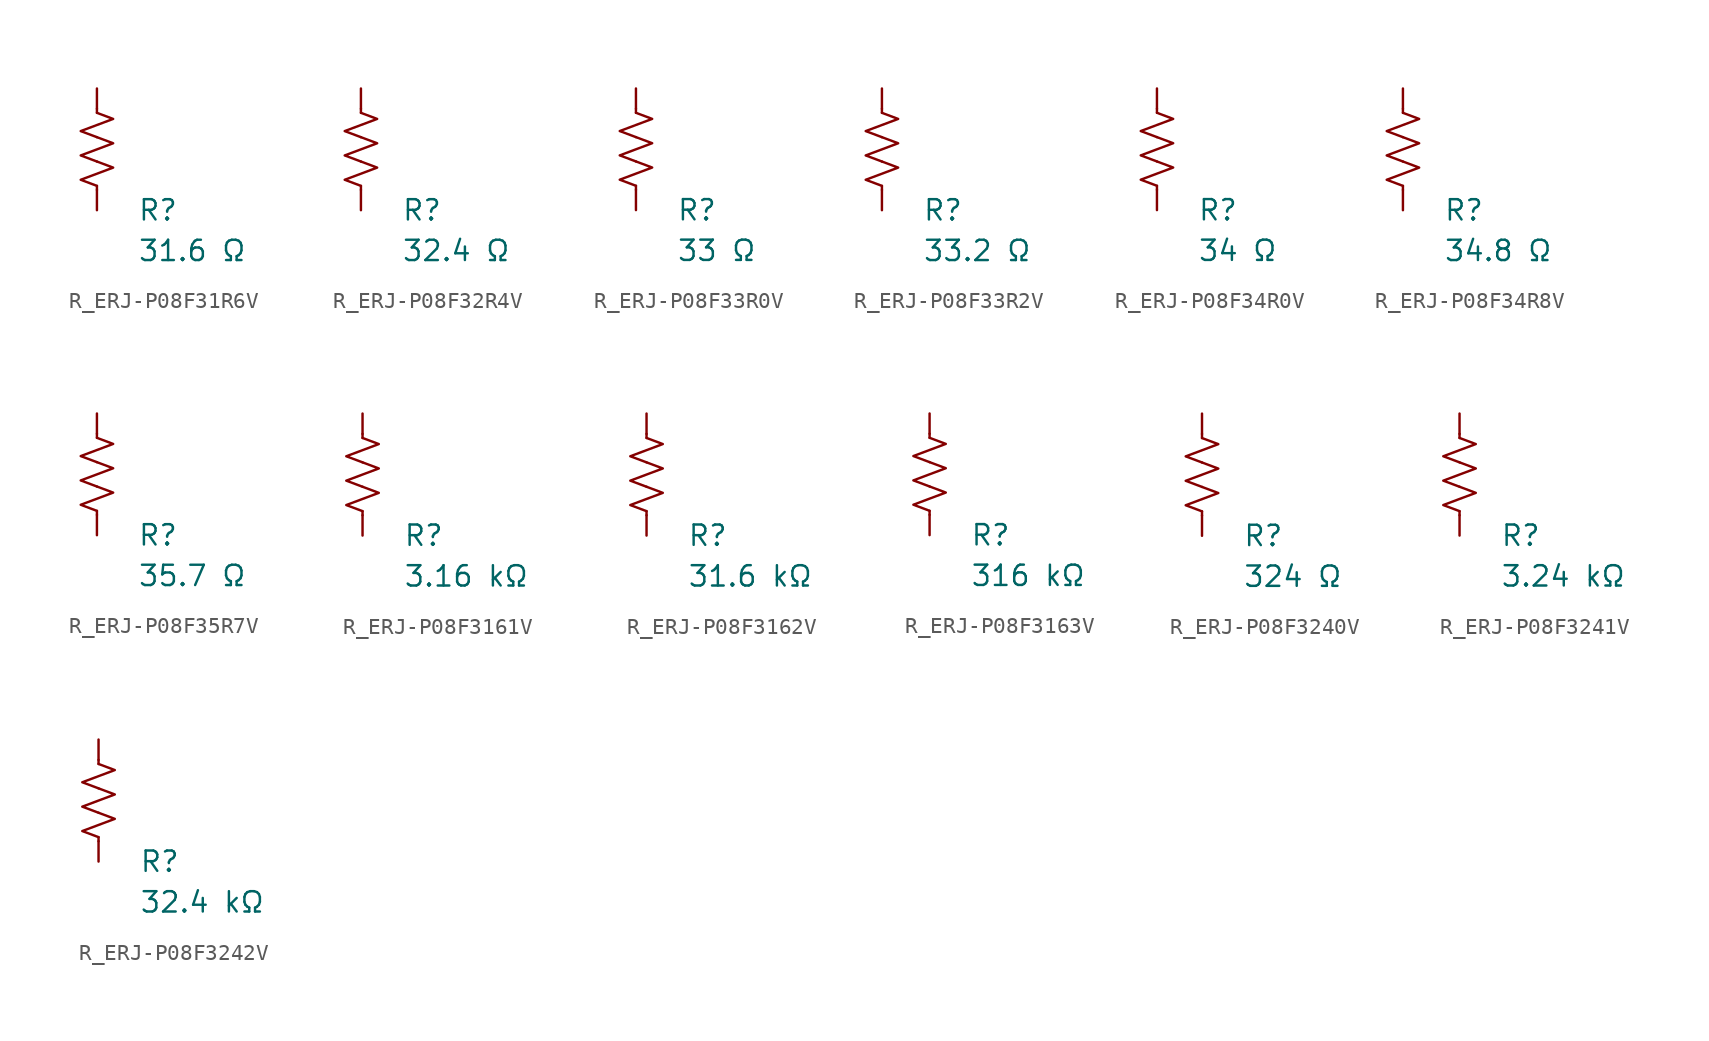
<source format=kicad_sym>
(kicad_symbol_lib
  (version 20231120)
  (generator "kicad_symbol_editor")
  (generator_version "8.0")
  (symbol "R_ERJ-P08F31R6V"
    (pin_numbers hide)
    (pin_names
      (offset 0))
    (property "Reference" "R"
      (at 2.54 -3.81 0)
      (effects (font (size 1.27 1.27)) (justify left))
      (show_name no))
    (property "Value" "31.6 Ω"
      (at 2.54 -6.35 0)
      (effects (font (size 1.27 1.27)) (justify left))
      (show_name no))
    (symbol "R_ERJ-P08F31R6V_0_1"
      (polyline (pts (xy 0 -2.286) (xy 0 -2.54)) (stroke (width 0) (type default)) (fill (type none)))
      (polyline (pts (xy 0 2.286) (xy 0 2.54)) (stroke (width 0) (type default)) (fill (type none)))
      (polyline (pts (xy 0 -0.762) (xy 1.016 -1.143) (xy 0 -1.524) (xy -1.016 -1.905) (xy 0 -2.286)) (stroke (width 0) (type default)) (fill (type none)))
      (polyline (pts (xy 0 0.762) (xy 1.016 0.381) (xy 0 0) (xy -1.016 -0.381) (xy 0 -0.762)) (stroke (width 0) (type default)) (fill (type none)))
      (polyline (pts (xy 0 2.286) (xy 1.016 1.905) (xy 0 1.524) (xy -1.016 1.143) (xy 0 0.762)) (stroke (width 0) (type default)) (fill (type none))))
    (symbol "R_ERJ-P08F31R6V_1_1"
      (pin passive line (at 0 3.81 270) (length 1.27) (name "~" (effects (font (size 1.27 1.27)))) (number "1" (effects (font (size 1.27 1.27)))))
      (pin passive line (at 0 -3.81 90) (length 1.27) (name "~" (effects (font (size 1.27 1.27)))) (number "2" (effects (font (size 1.27 1.27)))))))
  (symbol "R_ERJ-P08F32R4V"
    (pin_numbers hide)
    (pin_names
      (offset 0))
    (property "Reference" "R"
      (at 2.54 -3.81 0)
      (effects (font (size 1.27 1.27)) (justify left))
      (show_name no))
    (property "Value" "32.4 Ω"
      (at 2.54 -6.35 0)
      (effects (font (size 1.27 1.27)) (justify left))
      (show_name no))
    (symbol "R_ERJ-P08F32R4V_0_1"
      (polyline (pts (xy 0 -2.286) (xy 0 -2.54)) (stroke (width 0) (type default)) (fill (type none)))
      (polyline (pts (xy 0 2.286) (xy 0 2.54)) (stroke (width 0) (type default)) (fill (type none)))
      (polyline (pts (xy 0 -0.762) (xy 1.016 -1.143) (xy 0 -1.524) (xy -1.016 -1.905) (xy 0 -2.286)) (stroke (width 0) (type default)) (fill (type none)))
      (polyline (pts (xy 0 0.762) (xy 1.016 0.381) (xy 0 0) (xy -1.016 -0.381) (xy 0 -0.762)) (stroke (width 0) (type default)) (fill (type none)))
      (polyline (pts (xy 0 2.286) (xy 1.016 1.905) (xy 0 1.524) (xy -1.016 1.143) (xy 0 0.762)) (stroke (width 0) (type default)) (fill (type none))))
    (symbol "R_ERJ-P08F32R4V_1_1"
      (pin passive line (at 0 3.81 270) (length 1.27) (name "~" (effects (font (size 1.27 1.27)))) (number "1" (effects (font (size 1.27 1.27)))))
      (pin passive line (at 0 -3.81 90) (length 1.27) (name "~" (effects (font (size 1.27 1.27)))) (number "2" (effects (font (size 1.27 1.27)))))))
  (symbol "R_ERJ-P08F33R0V"
    (pin_numbers hide)
    (pin_names
      (offset 0))
    (property "Reference" "R"
      (at 2.54 -3.81 0)
      (effects (font (size 1.27 1.27)) (justify left))
      (show_name no))
    (property "Value" "33 Ω"
      (at 2.54 -6.35 0)
      (effects (font (size 1.27 1.27)) (justify left))
      (show_name no))
    (symbol "R_ERJ-P08F33R0V_0_1"
      (polyline (pts (xy 0 -2.286) (xy 0 -2.54)) (stroke (width 0) (type default)) (fill (type none)))
      (polyline (pts (xy 0 2.286) (xy 0 2.54)) (stroke (width 0) (type default)) (fill (type none)))
      (polyline (pts (xy 0 -0.762) (xy 1.016 -1.143) (xy 0 -1.524) (xy -1.016 -1.905) (xy 0 -2.286)) (stroke (width 0) (type default)) (fill (type none)))
      (polyline (pts (xy 0 0.762) (xy 1.016 0.381) (xy 0 0) (xy -1.016 -0.381) (xy 0 -0.762)) (stroke (width 0) (type default)) (fill (type none)))
      (polyline (pts (xy 0 2.286) (xy 1.016 1.905) (xy 0 1.524) (xy -1.016 1.143) (xy 0 0.762)) (stroke (width 0) (type default)) (fill (type none))))
    (symbol "R_ERJ-P08F33R0V_1_1"
      (pin passive line (at 0 3.81 270) (length 1.27) (name "~" (effects (font (size 1.27 1.27)))) (number "1" (effects (font (size 1.27 1.27)))))
      (pin passive line (at 0 -3.81 90) (length 1.27) (name "~" (effects (font (size 1.27 1.27)))) (number "2" (effects (font (size 1.27 1.27)))))))
  (symbol "R_ERJ-P08F33R2V"
    (pin_numbers hide)
    (pin_names
      (offset 0))
    (property "Reference" "R"
      (at 2.54 -3.81 0)
      (effects (font (size 1.27 1.27)) (justify left))
      (show_name no))
    (property "Value" "33.2 Ω"
      (at 2.54 -6.35 0)
      (effects (font (size 1.27 1.27)) (justify left))
      (show_name no))
    (symbol "R_ERJ-P08F33R2V_0_1"
      (polyline (pts (xy 0 -2.286) (xy 0 -2.54)) (stroke (width 0) (type default)) (fill (type none)))
      (polyline (pts (xy 0 2.286) (xy 0 2.54)) (stroke (width 0) (type default)) (fill (type none)))
      (polyline (pts (xy 0 -0.762) (xy 1.016 -1.143) (xy 0 -1.524) (xy -1.016 -1.905) (xy 0 -2.286)) (stroke (width 0) (type default)) (fill (type none)))
      (polyline (pts (xy 0 0.762) (xy 1.016 0.381) (xy 0 0) (xy -1.016 -0.381) (xy 0 -0.762)) (stroke (width 0) (type default)) (fill (type none)))
      (polyline (pts (xy 0 2.286) (xy 1.016 1.905) (xy 0 1.524) (xy -1.016 1.143) (xy 0 0.762)) (stroke (width 0) (type default)) (fill (type none))))
    (symbol "R_ERJ-P08F33R2V_1_1"
      (pin passive line (at 0 3.81 270) (length 1.27) (name "~" (effects (font (size 1.27 1.27)))) (number "1" (effects (font (size 1.27 1.27)))))
      (pin passive line (at 0 -3.81 90) (length 1.27) (name "~" (effects (font (size 1.27 1.27)))) (number "2" (effects (font (size 1.27 1.27)))))))
  (symbol "R_ERJ-P08F34R0V"
    (pin_numbers hide)
    (pin_names
      (offset 0))
    (property "Reference" "R"
      (at 2.54 -3.81 0)
      (effects (font (size 1.27 1.27)) (justify left))
      (show_name no))
    (property "Value" "34 Ω"
      (at 2.54 -6.35 0)
      (effects (font (size 1.27 1.27)) (justify left))
      (show_name no))
    (symbol "R_ERJ-P08F34R0V_0_1"
      (polyline (pts (xy 0 -2.286) (xy 0 -2.54)) (stroke (width 0) (type default)) (fill (type none)))
      (polyline (pts (xy 0 2.286) (xy 0 2.54)) (stroke (width 0) (type default)) (fill (type none)))
      (polyline (pts (xy 0 -0.762) (xy 1.016 -1.143) (xy 0 -1.524) (xy -1.016 -1.905) (xy 0 -2.286)) (stroke (width 0) (type default)) (fill (type none)))
      (polyline (pts (xy 0 0.762) (xy 1.016 0.381) (xy 0 0) (xy -1.016 -0.381) (xy 0 -0.762)) (stroke (width 0) (type default)) (fill (type none)))
      (polyline (pts (xy 0 2.286) (xy 1.016 1.905) (xy 0 1.524) (xy -1.016 1.143) (xy 0 0.762)) (stroke (width 0) (type default)) (fill (type none))))
    (symbol "R_ERJ-P08F34R0V_1_1"
      (pin passive line (at 0 3.81 270) (length 1.27) (name "~" (effects (font (size 1.27 1.27)))) (number "1" (effects (font (size 1.27 1.27)))))
      (pin passive line (at 0 -3.81 90) (length 1.27) (name "~" (effects (font (size 1.27 1.27)))) (number "2" (effects (font (size 1.27 1.27)))))))
  (symbol "R_ERJ-P08F34R8V"
    (pin_numbers hide)
    (pin_names
      (offset 0))
    (property "Reference" "R"
      (at 2.54 -3.81 0)
      (effects (font (size 1.27 1.27)) (justify left))
      (show_name no))
    (property "Value" "34.8 Ω"
      (at 2.54 -6.35 0)
      (effects (font (size 1.27 1.27)) (justify left))
      (show_name no))
    (symbol "R_ERJ-P08F34R8V_0_1"
      (polyline (pts (xy 0 -2.286) (xy 0 -2.54)) (stroke (width 0) (type default)) (fill (type none)))
      (polyline (pts (xy 0 2.286) (xy 0 2.54)) (stroke (width 0) (type default)) (fill (type none)))
      (polyline (pts (xy 0 -0.762) (xy 1.016 -1.143) (xy 0 -1.524) (xy -1.016 -1.905) (xy 0 -2.286)) (stroke (width 0) (type default)) (fill (type none)))
      (polyline (pts (xy 0 0.762) (xy 1.016 0.381) (xy 0 0) (xy -1.016 -0.381) (xy 0 -0.762)) (stroke (width 0) (type default)) (fill (type none)))
      (polyline (pts (xy 0 2.286) (xy 1.016 1.905) (xy 0 1.524) (xy -1.016 1.143) (xy 0 0.762)) (stroke (width 0) (type default)) (fill (type none))))
    (symbol "R_ERJ-P08F34R8V_1_1"
      (pin passive line (at 0 3.81 270) (length 1.27) (name "~" (effects (font (size 1.27 1.27)))) (number "1" (effects (font (size 1.27 1.27)))))
      (pin passive line (at 0 -3.81 90) (length 1.27) (name "~" (effects (font (size 1.27 1.27)))) (number "2" (effects (font (size 1.27 1.27)))))))
  (symbol "R_ERJ-P08F35R7V"
    (pin_numbers hide)
    (pin_names
      (offset 0))
    (property "Reference" "R"
      (at 2.54 -3.81 0)
      (effects (font (size 1.27 1.27)) (justify left))
      (show_name no))
    (property "Value" "35.7 Ω"
      (at 2.54 -6.35 0)
      (effects (font (size 1.27 1.27)) (justify left))
      (show_name no))
    (symbol "R_ERJ-P08F35R7V_0_1"
      (polyline (pts (xy 0 -2.286) (xy 0 -2.54)) (stroke (width 0) (type default)) (fill (type none)))
      (polyline (pts (xy 0 2.286) (xy 0 2.54)) (stroke (width 0) (type default)) (fill (type none)))
      (polyline (pts (xy 0 -0.762) (xy 1.016 -1.143) (xy 0 -1.524) (xy -1.016 -1.905) (xy 0 -2.286)) (stroke (width 0) (type default)) (fill (type none)))
      (polyline (pts (xy 0 0.762) (xy 1.016 0.381) (xy 0 0) (xy -1.016 -0.381) (xy 0 -0.762)) (stroke (width 0) (type default)) (fill (type none)))
      (polyline (pts (xy 0 2.286) (xy 1.016 1.905) (xy 0 1.524) (xy -1.016 1.143) (xy 0 0.762)) (stroke (width 0) (type default)) (fill (type none))))
    (symbol "R_ERJ-P08F35R7V_1_1"
      (pin passive line (at 0 3.81 270) (length 1.27) (name "~" (effects (font (size 1.27 1.27)))) (number "1" (effects (font (size 1.27 1.27)))))
      (pin passive line (at 0 -3.81 90) (length 1.27) (name "~" (effects (font (size 1.27 1.27)))) (number "2" (effects (font (size 1.27 1.27)))))))
  (symbol "R_ERJ-P08F3161V"
    (pin_numbers hide)
    (pin_names
      (offset 0))
    (property "Reference" "R"
      (at 2.54 -3.81 0)
      (effects (font (size 1.27 1.27)) (justify left))
      (show_name no))
    (property "Value" "3.16 kΩ"
      (at 2.54 -6.35 0)
      (effects (font (size 1.27 1.27)) (justify left))
      (show_name no))
    (symbol "R_ERJ-P08F3161V_0_1"
      (polyline (pts (xy 0 -2.286) (xy 0 -2.54)) (stroke (width 0) (type default)) (fill (type none)))
      (polyline (pts (xy 0 2.286) (xy 0 2.54)) (stroke (width 0) (type default)) (fill (type none)))
      (polyline (pts (xy 0 -0.762) (xy 1.016 -1.143) (xy 0 -1.524) (xy -1.016 -1.905) (xy 0 -2.286)) (stroke (width 0) (type default)) (fill (type none)))
      (polyline (pts (xy 0 0.762) (xy 1.016 0.381) (xy 0 0) (xy -1.016 -0.381) (xy 0 -0.762)) (stroke (width 0) (type default)) (fill (type none)))
      (polyline (pts (xy 0 2.286) (xy 1.016 1.905) (xy 0 1.524) (xy -1.016 1.143) (xy 0 0.762)) (stroke (width 0) (type default)) (fill (type none))))
    (symbol "R_ERJ-P08F3161V_1_1"
      (pin passive line (at 0 3.81 270) (length 1.27) (name "~" (effects (font (size 1.27 1.27)))) (number "1" (effects (font (size 1.27 1.27)))))
      (pin passive line (at 0 -3.81 90) (length 1.27) (name "~" (effects (font (size 1.27 1.27)))) (number "2" (effects (font (size 1.27 1.27)))))))
  (symbol "R_ERJ-P08F3162V"
    (pin_numbers hide)
    (pin_names
      (offset 0))
    (property "Reference" "R"
      (at 2.54 -3.81 0)
      (effects (font (size 1.27 1.27)) (justify left))
      (show_name no))
    (property "Value" "31.6 kΩ"
      (at 2.54 -6.35 0)
      (effects (font (size 1.27 1.27)) (justify left))
      (show_name no))
    (symbol "R_ERJ-P08F3162V_0_1"
      (polyline (pts (xy 0 -2.286) (xy 0 -2.54)) (stroke (width 0) (type default)) (fill (type none)))
      (polyline (pts (xy 0 2.286) (xy 0 2.54)) (stroke (width 0) (type default)) (fill (type none)))
      (polyline (pts (xy 0 -0.762) (xy 1.016 -1.143) (xy 0 -1.524) (xy -1.016 -1.905) (xy 0 -2.286)) (stroke (width 0) (type default)) (fill (type none)))
      (polyline (pts (xy 0 0.762) (xy 1.016 0.381) (xy 0 0) (xy -1.016 -0.381) (xy 0 -0.762)) (stroke (width 0) (type default)) (fill (type none)))
      (polyline (pts (xy 0 2.286) (xy 1.016 1.905) (xy 0 1.524) (xy -1.016 1.143) (xy 0 0.762)) (stroke (width 0) (type default)) (fill (type none))))
    (symbol "R_ERJ-P08F3162V_1_1"
      (pin passive line (at 0 3.81 270) (length 1.27) (name "~" (effects (font (size 1.27 1.27)))) (number "1" (effects (font (size 1.27 1.27)))))
      (pin passive line (at 0 -3.81 90) (length 1.27) (name "~" (effects (font (size 1.27 1.27)))) (number "2" (effects (font (size 1.27 1.27)))))))
  (symbol "R_ERJ-P08F3163V"
    (pin_numbers hide)
    (pin_names
      (offset 0))
    (property "Reference" "R"
      (at 2.54 -3.81 0)
      (effects (font (size 1.27 1.27)) (justify left))
      (show_name no))
    (property "Value" "316 kΩ"
      (at 2.54 -6.35 0)
      (effects (font (size 1.27 1.27)) (justify left))
      (show_name no))
    (symbol "R_ERJ-P08F3163V_0_1"
      (polyline (pts (xy 0 -2.286) (xy 0 -2.54)) (stroke (width 0) (type default)) (fill (type none)))
      (polyline (pts (xy 0 2.286) (xy 0 2.54)) (stroke (width 0) (type default)) (fill (type none)))
      (polyline (pts (xy 0 -0.762) (xy 1.016 -1.143) (xy 0 -1.524) (xy -1.016 -1.905) (xy 0 -2.286)) (stroke (width 0) (type default)) (fill (type none)))
      (polyline (pts (xy 0 0.762) (xy 1.016 0.381) (xy 0 0) (xy -1.016 -0.381) (xy 0 -0.762)) (stroke (width 0) (type default)) (fill (type none)))
      (polyline (pts (xy 0 2.286) (xy 1.016 1.905) (xy 0 1.524) (xy -1.016 1.143) (xy 0 0.762)) (stroke (width 0) (type default)) (fill (type none))))
    (symbol "R_ERJ-P08F3163V_1_1"
      (pin passive line (at 0 3.81 270) (length 1.27) (name "~" (effects (font (size 1.27 1.27)))) (number "1" (effects (font (size 1.27 1.27)))))
      (pin passive line (at 0 -3.81 90) (length 1.27) (name "~" (effects (font (size 1.27 1.27)))) (number "2" (effects (font (size 1.27 1.27)))))))
  (symbol "R_ERJ-P08F3240V"
    (pin_numbers hide)
    (pin_names
      (offset 0))
    (property "Reference" "R"
      (at 2.54 -3.81 0)
      (effects (font (size 1.27 1.27)) (justify left))
      (show_name no))
    (property "Value" "324 Ω"
      (at 2.54 -6.35 0)
      (effects (font (size 1.27 1.27)) (justify left))
      (show_name no))
    (symbol "R_ERJ-P08F3240V_0_1"
      (polyline (pts (xy 0 -2.286) (xy 0 -2.54)) (stroke (width 0) (type default)) (fill (type none)))
      (polyline (pts (xy 0 2.286) (xy 0 2.54)) (stroke (width 0) (type default)) (fill (type none)))
      (polyline (pts (xy 0 -0.762) (xy 1.016 -1.143) (xy 0 -1.524) (xy -1.016 -1.905) (xy 0 -2.286)) (stroke (width 0) (type default)) (fill (type none)))
      (polyline (pts (xy 0 0.762) (xy 1.016 0.381) (xy 0 0) (xy -1.016 -0.381) (xy 0 -0.762)) (stroke (width 0) (type default)) (fill (type none)))
      (polyline (pts (xy 0 2.286) (xy 1.016 1.905) (xy 0 1.524) (xy -1.016 1.143) (xy 0 0.762)) (stroke (width 0) (type default)) (fill (type none))))
    (symbol "R_ERJ-P08F3240V_1_1"
      (pin passive line (at 0 3.81 270) (length 1.27) (name "~" (effects (font (size 1.27 1.27)))) (number "1" (effects (font (size 1.27 1.27)))))
      (pin passive line (at 0 -3.81 90) (length 1.27) (name "~" (effects (font (size 1.27 1.27)))) (number "2" (effects (font (size 1.27 1.27)))))))
  (symbol "R_ERJ-P08F3241V"
    (pin_numbers hide)
    (pin_names
      (offset 0))
    (property "Reference" "R"
      (at 2.54 -3.81 0)
      (effects (font (size 1.27 1.27)) (justify left))
      (show_name no))
    (property "Value" "3.24 kΩ"
      (at 2.54 -6.35 0)
      (effects (font (size 1.27 1.27)) (justify left))
      (show_name no))
    (symbol "R_ERJ-P08F3241V_0_1"
      (polyline (pts (xy 0 -2.286) (xy 0 -2.54)) (stroke (width 0) (type default)) (fill (type none)))
      (polyline (pts (xy 0 2.286) (xy 0 2.54)) (stroke (width 0) (type default)) (fill (type none)))
      (polyline (pts (xy 0 -0.762) (xy 1.016 -1.143) (xy 0 -1.524) (xy -1.016 -1.905) (xy 0 -2.286)) (stroke (width 0) (type default)) (fill (type none)))
      (polyline (pts (xy 0 0.762) (xy 1.016 0.381) (xy 0 0) (xy -1.016 -0.381) (xy 0 -0.762)) (stroke (width 0) (type default)) (fill (type none)))
      (polyline (pts (xy 0 2.286) (xy 1.016 1.905) (xy 0 1.524) (xy -1.016 1.143) (xy 0 0.762)) (stroke (width 0) (type default)) (fill (type none))))
    (symbol "R_ERJ-P08F3241V_1_1"
      (pin passive line (at 0 3.81 270) (length 1.27) (name "~" (effects (font (size 1.27 1.27)))) (number "1" (effects (font (size 1.27 1.27)))))
      (pin passive line (at 0 -3.81 90) (length 1.27) (name "~" (effects (font (size 1.27 1.27)))) (number "2" (effects (font (size 1.27 1.27)))))))
  (symbol "R_ERJ-P08F3242V"
    (pin_numbers hide)
    (pin_names
      (offset 0))
    (property "Reference" "R"
      (at 2.54 -3.81 0)
      (effects (font (size 1.27 1.27)) (justify left))
      (show_name no))
    (property "Value" "32.4 kΩ"
      (at 2.54 -6.35 0)
      (effects (font (size 1.27 1.27)) (justify left))
      (show_name no))
    (symbol "R_ERJ-P08F3242V_0_1"
      (polyline (pts (xy 0 -2.286) (xy 0 -2.54)) (stroke (width 0) (type default)) (fill (type none)))
      (polyline (pts (xy 0 2.286) (xy 0 2.54)) (stroke (width 0) (type default)) (fill (type none)))
      (polyline (pts (xy 0 -0.762) (xy 1.016 -1.143) (xy 0 -1.524) (xy -1.016 -1.905) (xy 0 -2.286)) (stroke (width 0) (type default)) (fill (type none)))
      (polyline (pts (xy 0 0.762) (xy 1.016 0.381) (xy 0 0) (xy -1.016 -0.381) (xy 0 -0.762)) (stroke (width 0) (type default)) (fill (type none)))
      (polyline (pts (xy 0 2.286) (xy 1.016 1.905) (xy 0 1.524) (xy -1.016 1.143) (xy 0 0.762)) (stroke (width 0) (type default)) (fill (type none))))
    (symbol "R_ERJ-P08F3242V_1_1"
      (pin passive line (at 0 3.81 270) (length 1.27) (name "~" (effects (font (size 1.27 1.27)))) (number "1" (effects (font (size 1.27 1.27)))))
      (pin passive line (at 0 -3.81 90) (length 1.27) (name "~" (effects (font (size 1.27 1.27)))) (number "2" (effects (font (size 1.27 1.27))))))))
</source>
